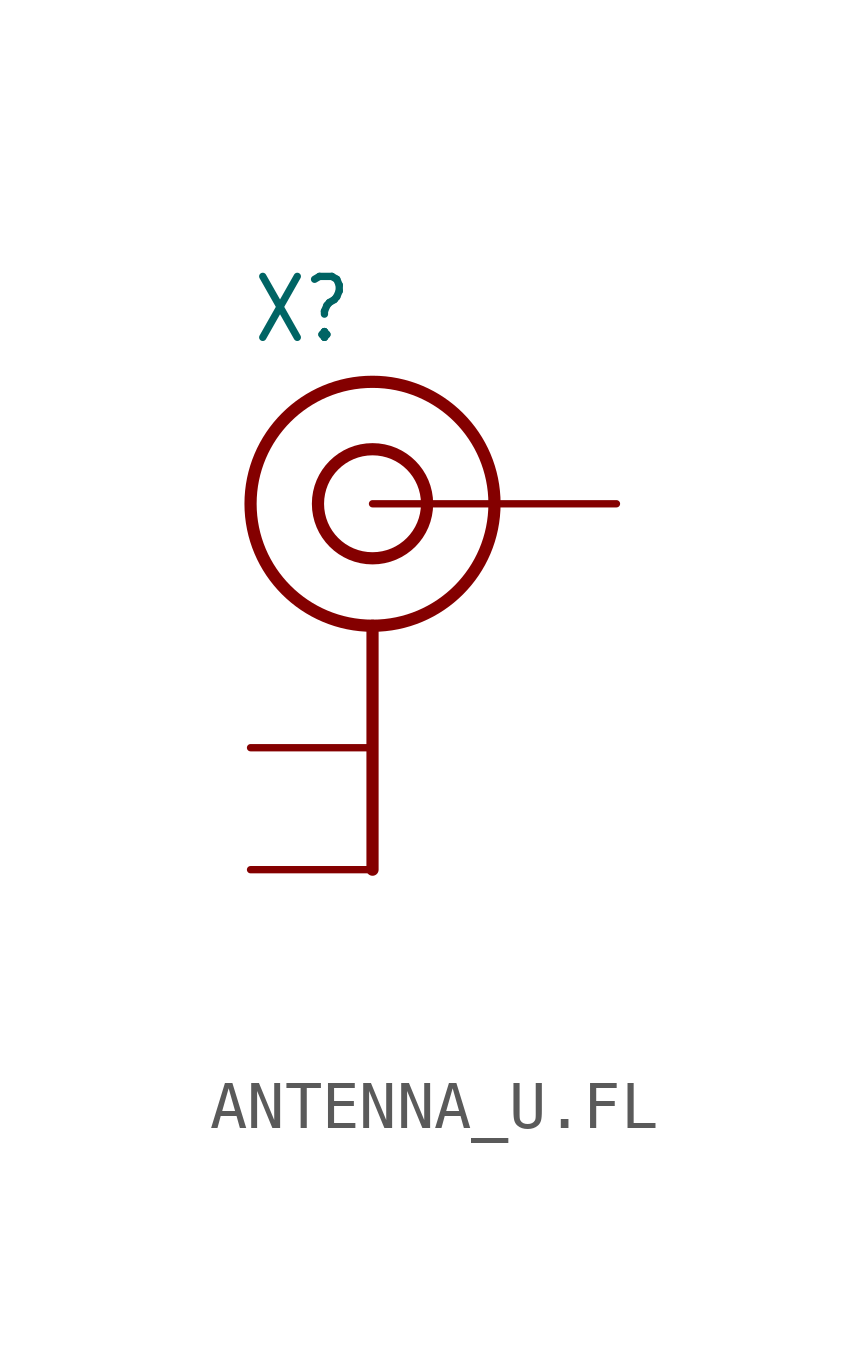
<source format=kicad_sym>
(kicad_symbol_lib
  (version 20220914)
  (generator kicad_symbol_editor)
  (symbol "ANTENNA_U.FL"
    (property "Reference" "X"
      (at -2.54 3.302 0)
      (effects (font (size 1.27 1.079)) (justify left bottom)))
    (property "Value" ""
      (at -2.54 -10.16 0)
      (effects (font (size 1.27 1.079)) (justify left bottom)))
    (property "ki_locked" ""
      (at 0 0 0)
      (effects (font (size 1.27 1.27))))
    (symbol "ANTENNA_U.FL_1_0"
      (polyline (pts (xy 0 -2.54) (xy 0 -7.62)) (stroke (width 0.254) (type solid)) (fill (type none)))
      (circle (center 0 0) (radius 1.136) (stroke (width 0.254) (type solid)) (fill (type none)))
      (circle (center 0 0) (radius 2.54) (stroke (width 0.254) (type solid)) (fill (type none)))
      (pin passive line (at -2.54 -5.08 0) (length 2.54) (name "GND@0" (effects (font (size 0 0)))) (number "1" (effects (font (size 0 0)))))
      (pin passive line (at -2.54 -7.62 0) (length 2.54) (name "GND@1" (effects (font (size 0 0)))) (number "2" (effects (font (size 0 0)))))
      (pin passive line (at 5.08 0 180) (length 5.08) (name "SIGNAL" (effects (font (size 0 0)))) (number "3" (effects (font (size 0 0))))))))
</source>
